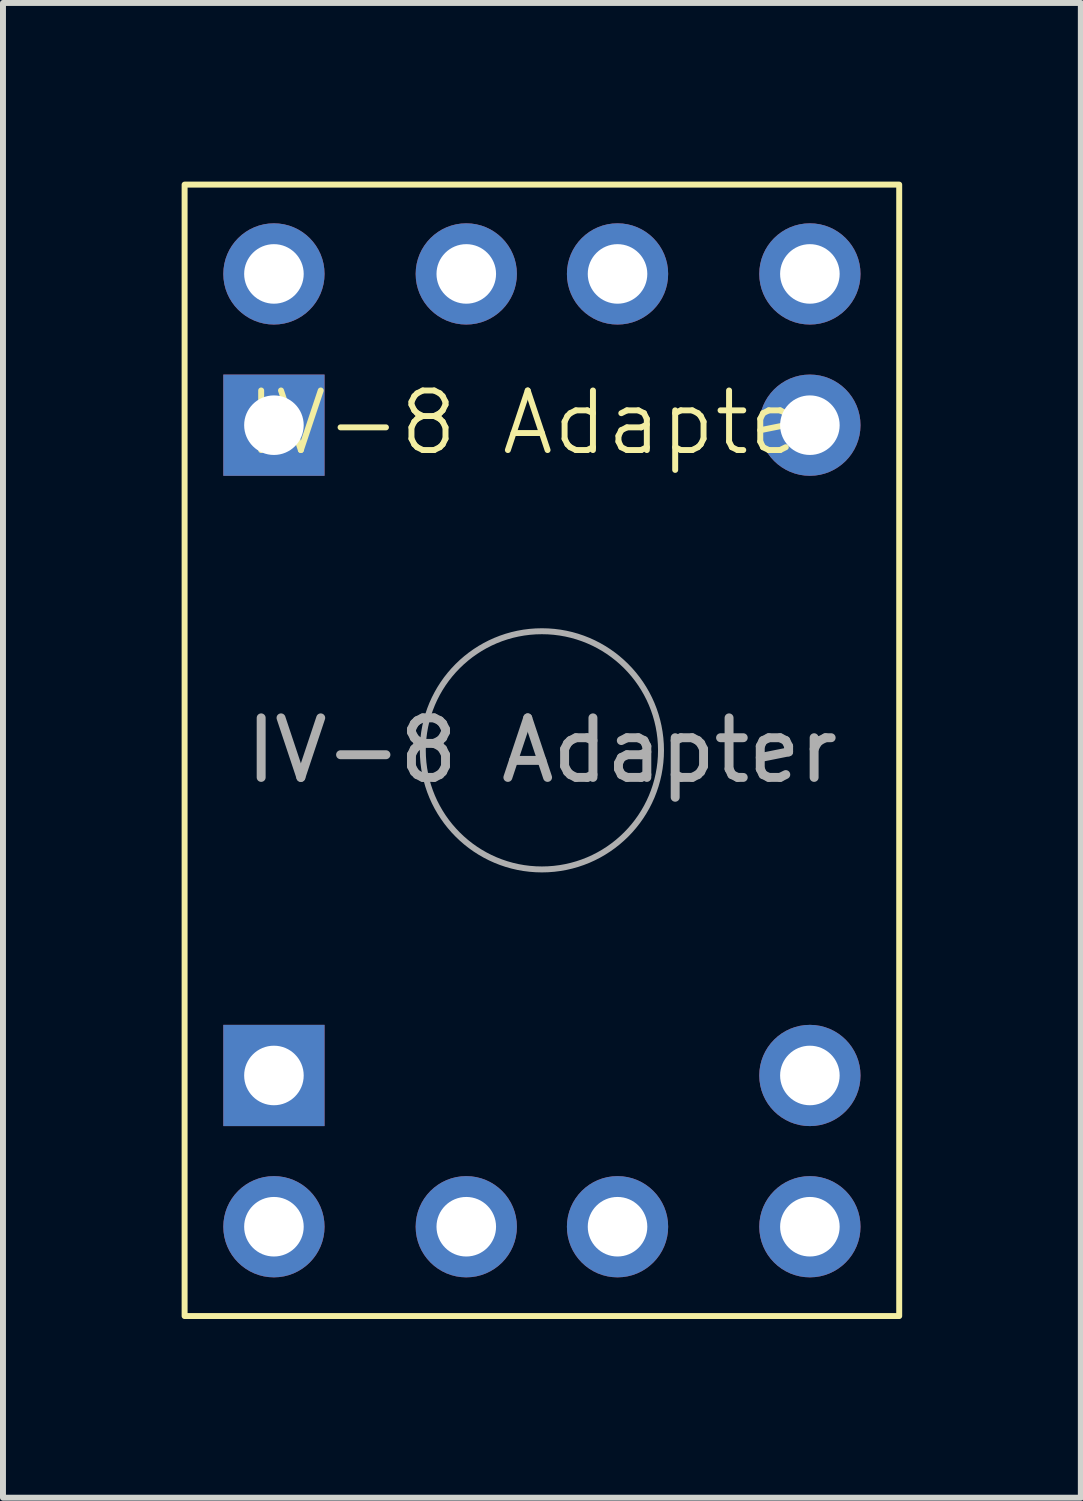
<source format=kicad_pcb>
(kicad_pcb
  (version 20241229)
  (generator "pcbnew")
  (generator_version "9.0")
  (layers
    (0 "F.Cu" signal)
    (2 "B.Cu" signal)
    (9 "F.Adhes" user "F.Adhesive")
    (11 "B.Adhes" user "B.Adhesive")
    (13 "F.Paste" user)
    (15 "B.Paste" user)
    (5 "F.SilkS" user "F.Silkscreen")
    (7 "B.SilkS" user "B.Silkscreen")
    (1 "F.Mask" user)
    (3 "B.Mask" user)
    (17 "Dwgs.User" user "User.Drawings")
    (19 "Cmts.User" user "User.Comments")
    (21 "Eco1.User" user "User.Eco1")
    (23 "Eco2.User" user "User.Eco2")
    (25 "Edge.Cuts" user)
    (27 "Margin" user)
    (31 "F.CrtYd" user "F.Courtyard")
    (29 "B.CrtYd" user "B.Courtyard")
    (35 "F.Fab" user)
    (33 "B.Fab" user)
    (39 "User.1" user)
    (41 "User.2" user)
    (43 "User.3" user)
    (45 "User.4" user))
  (footprint "IV-8 Adapter"
    (layer "F.Cu")
    (at 6.05 9.55)
    (property "Reference" "IV-8 Adapter" (at 0 -5.5 0) (unlocked yes) (layer "F.SilkS") (effects (font (size 1 1) (thickness 0.1))))
    (attr through_hole)
    (fp_rect (start -6 -9.5) (end 6 9.5) (stroke (width 0.1) (type solid)) (fill no) (layer "F.SilkS"))
    (fp_circle (center 0 0) (end 2 0) (stroke (width 0.1) (type solid)) (fill no) (layer "F.Fab"))
    (fp_text user "${REFERENCE}" (at 0 0 0) (unlocked yes) (layer "F.Fab") (effects (font (size 1 1) (thickness 0.15))))
    (pad "1" thru_hole rect (at -4.5 5.46 90) (size 1.7 1.7) (drill 1) (layers "*.Cu" "*.Mask"))
    (pad "2" thru_hole oval (at -4.5 8 90) (size 1.7 1.7) (drill 1) (layers "*.Cu" "*.Mask"))
    (pad "3" thru_hole oval (at -1.27 8 90) (size 1.7 1.7) (drill 1) (layers "*.Cu" "*.Mask"))
    (pad "5" thru_hole oval (at 1.27 8 90) (size 1.7 1.7) (drill 1) (layers "*.Cu" "*.Mask"))
    (pad "6" thru_hole oval (at 4.5 8 90) (size 1.7 1.7) (drill 1) (layers "*.Cu" "*.Mask"))
    (pad "7" thru_hole oval (at 4.5 5.46 90) (size 1.7 1.7) (drill 1) (layers "*.Cu" "*.Mask"))
    (pad "8" thru_hole oval (at 4.5 -5.46 90) (size 1.7 1.7) (drill 1) (layers "*.Cu" "*.Mask"))
    (pad "9" thru_hole oval (at 4.5 -8 90) (size 1.7 1.7) (drill 1) (layers "*.Cu" "*.Mask"))
    (pad "10" thru_hole oval (at 1.27 -8 90) (size 1.7 1.7) (drill 1) (layers "*.Cu" "*.Mask"))
    (pad "12" thru_hole oval (at -1.27 -8 90) (size 1.7 1.7) (drill 1) (layers "*.Cu" "*.Mask"))
    (pad "13" thru_hole oval (at -4.5 -8 90) (size 1.7 1.7) (drill 1) (layers "*.Cu" "*.Mask"))
    (pad "14" thru_hole rect (at -4.5 -5.46 90) (size 1.7 1.7) (drill 1) (layers "*.Cu" "*.Mask")))
  (gr_rect
    (start -3 -3)
    (end 15.1 22.1)
    (stroke (width 0.1) (type default))
    (fill no)
    (layer "Edge.Cuts")))
</source>
